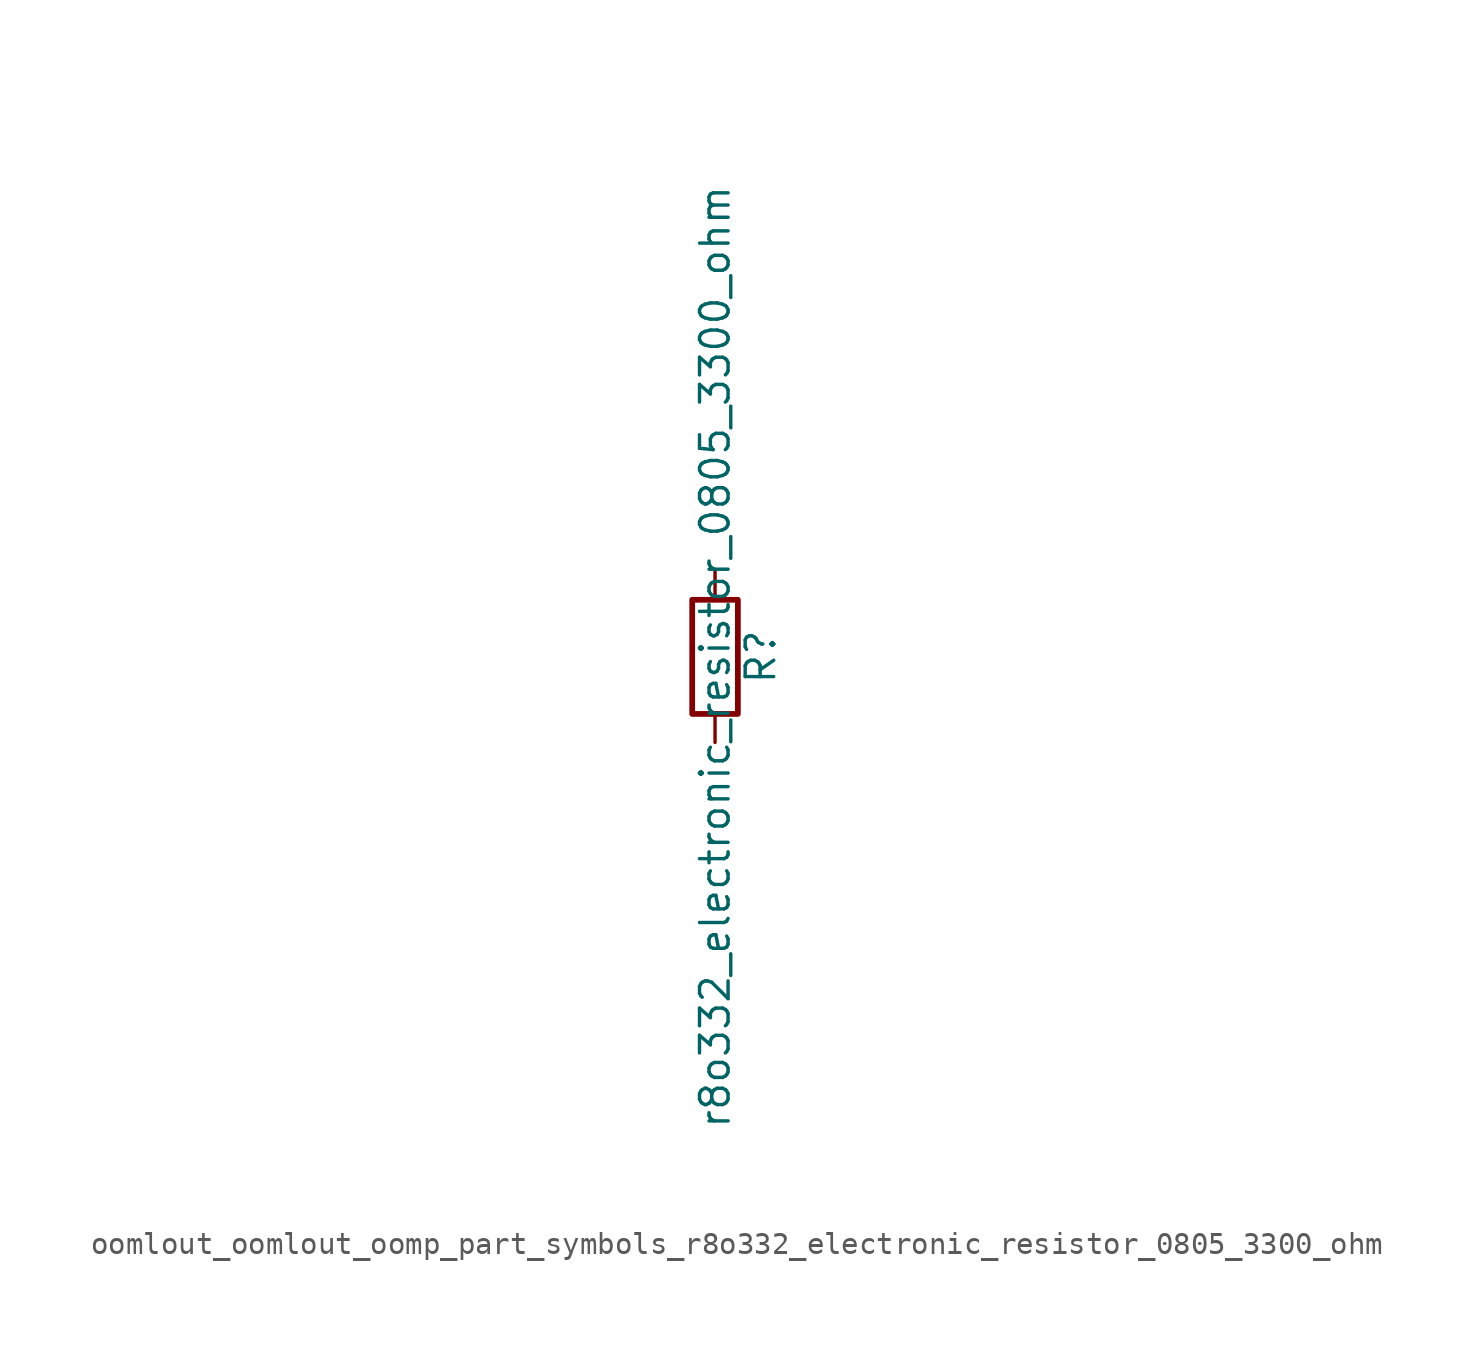
<source format=kicad_sym>
(kicad_symbol_lib
  (version 20220914)
  (generator kicad_symbol_editor)
  (symbol "oomlout_oomlout_oomp_part_symbols_r8o332_electronic_resistor_0805_3300_ohm"
    (pin_numbers hide)
    (pin_names
      (offset 0))
    (property "Reference" "R"
      (at 2.032 0 90)
      (effects (font (size 1.27 1.27))))
    (property "Value" "r8o332_electronic_resistor_0805_3300_ohm"
      (at 0 0 90)
      (effects (font (size 1.27 1.27))))
    (symbol "oomlout_oomlout_oomp_part_symbols_r8o332_electronic_resistor_0805_3300_ohm_0_1"
      (rectangle (start -1.016 -2.54) (end 1.016 2.54) (stroke (width 0.254) (type default)) (fill (type none))))
    (symbol "oomlout_oomlout_oomp_part_symbols_r8o332_electronic_resistor_0805_3300_ohm_1_1"
      (pin passive line (at 0 3.81 270) (length 1.27) (name "~" (effects (font (size 1.27 1.27)))) (number "1" (effects (font (size 1.27 1.27)))))
      (pin passive line (at 0 -3.81 90) (length 1.27) (name "~" (effects (font (size 1.27 1.27)))) (number "2" (effects (font (size 1.27 1.27))))))))
</source>
